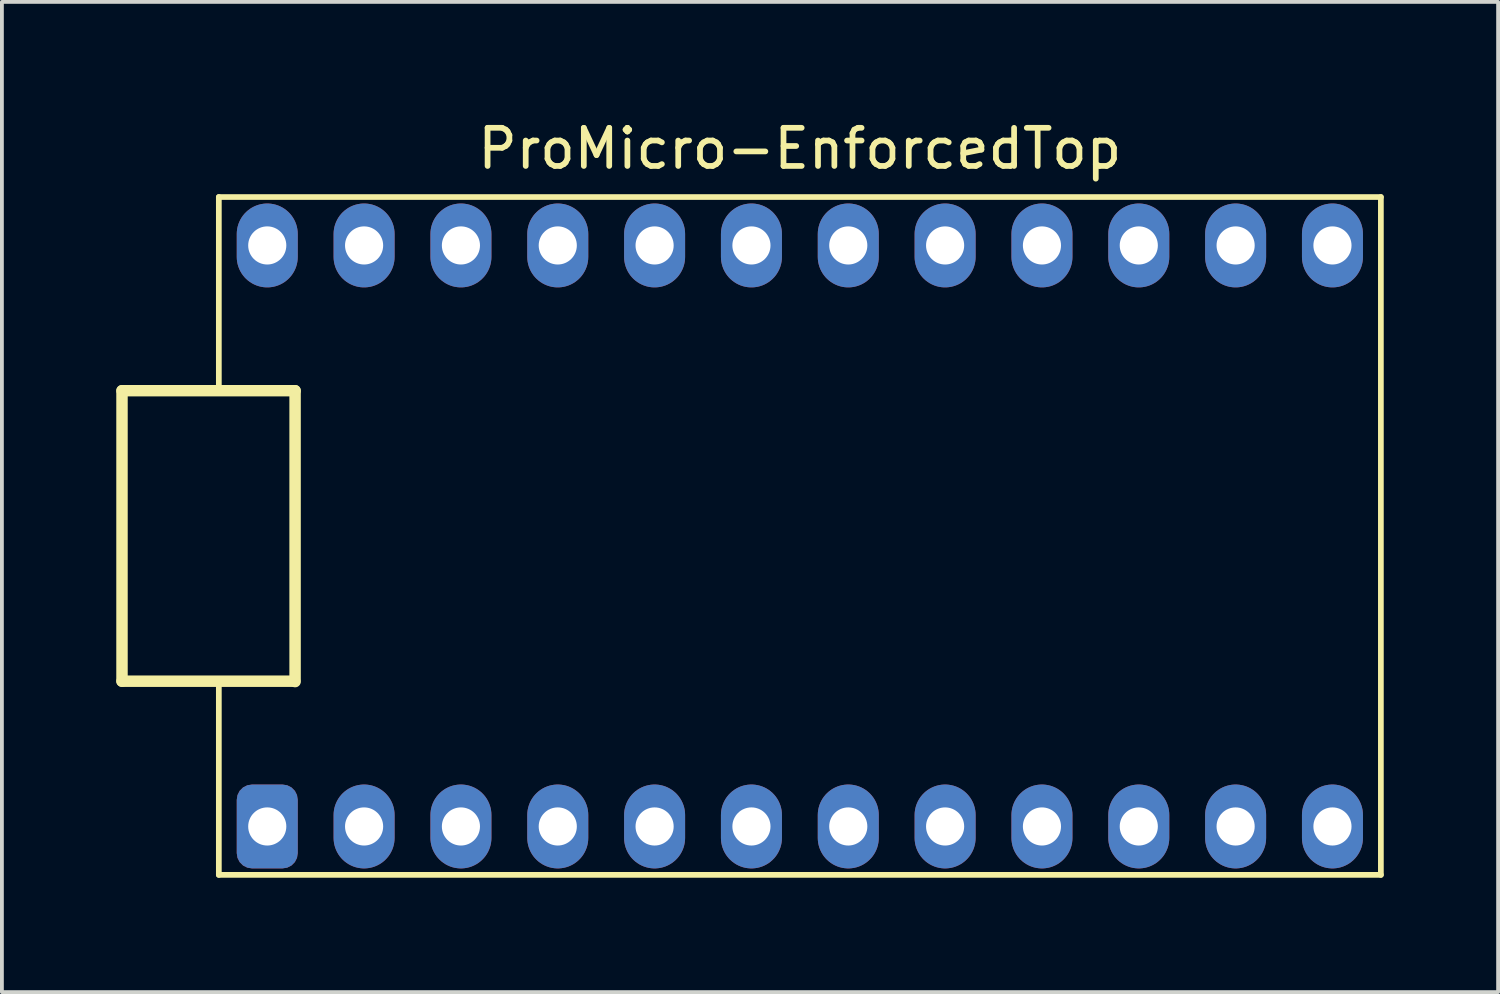
<source format=kicad_pcb>
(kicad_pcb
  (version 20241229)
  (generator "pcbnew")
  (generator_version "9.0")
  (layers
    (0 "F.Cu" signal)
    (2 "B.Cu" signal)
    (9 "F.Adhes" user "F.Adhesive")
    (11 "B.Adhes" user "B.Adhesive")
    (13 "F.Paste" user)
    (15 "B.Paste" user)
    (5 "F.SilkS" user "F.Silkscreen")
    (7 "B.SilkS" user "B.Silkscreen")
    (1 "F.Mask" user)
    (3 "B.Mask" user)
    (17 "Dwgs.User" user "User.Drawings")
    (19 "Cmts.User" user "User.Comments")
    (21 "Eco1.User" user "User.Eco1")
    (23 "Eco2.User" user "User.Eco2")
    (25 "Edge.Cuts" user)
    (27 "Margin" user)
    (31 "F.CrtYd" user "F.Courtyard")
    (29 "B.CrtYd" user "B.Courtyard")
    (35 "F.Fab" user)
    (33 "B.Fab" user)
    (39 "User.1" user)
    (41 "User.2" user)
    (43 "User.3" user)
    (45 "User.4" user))
  (footprint "ProMicro-EnforcedTop"
    (layer "F.Cu")
    (at 17.93 11.008)
    (property "Reference" "ProMicro-EnforcedTop" (at 0 -10.16 0) (layer "F.SilkS") (effects (font (size 1 1) (thickness 0.15))))
    (attr through_hole)
    (fp_line (start -17.78 -3.81) (end -13.24 -3.81) (stroke (width 0.3) (type solid)) (layer "F.SilkS"))
    (fp_line (start -17.78 3.81) (end -17.78 -3.81) (stroke (width 0.3) (type solid)) (layer "F.SilkS"))
    (fp_line (start -15.24 -8.89) (end 15.24 -8.89) (stroke (width 0.15) (type solid)) (layer "F.SilkS"))
    (fp_line (start -15.24 -3.81) (end -15.24 -8.89) (stroke (width 0.15) (type solid)) (layer "F.SilkS"))
    (fp_line (start -15.24 8.89) (end -15.24 3.81) (stroke (width 0.15) (type solid)) (layer "F.SilkS"))
    (fp_line (start -15.24 8.89) (end 15.24 8.89) (stroke (width 0.15) (type solid)) (layer "F.SilkS"))
    (fp_line (start -13.25 3.81) (end -17.78 3.81) (stroke (width 0.3) (type solid)) (layer "F.SilkS"))
    (fp_line (start -13.24 -3.81) (end -13.24 3.82) (stroke (width 0.3) (type solid)) (layer "F.SilkS"))
    (fp_line (start 15.24 -8.89) (end 15.24 8.89) (stroke (width 0.15) (type solid)) (layer "F.SilkS"))
    (pad "1" thru_hole roundrect (at -13.97 7.62) (size 1.6 2.2) (drill 1) (layers "*.Cu" "B.Mask") (roundrect_rratio 0.25))
    (pad "2" thru_hole oval (at -11.43 7.62) (size 1.6 2.2) (drill 1) (layers "*.Cu" "B.Mask"))
    (pad "3" thru_hole oval (at -8.89 7.62) (size 1.6 2.2) (drill 1) (layers "*.Cu" "B.Mask"))
    (pad "4" thru_hole oval (at -6.35 7.62) (size 1.6 2.2) (drill 1) (layers "*.Cu" "B.Mask"))
    (pad "5" thru_hole oval (at -3.81 7.62) (size 1.6 2.2) (drill 1) (layers "*.Cu" "B.Mask"))
    (pad "6" thru_hole oval (at -1.27 7.62) (size 1.6 2.2) (drill 1) (layers "*.Cu" "B.Mask"))
    (pad "7" thru_hole oval (at 1.27 7.62) (size 1.6 2.2) (drill 1) (layers "*.Cu" "B.Mask"))
    (pad "8" thru_hole oval (at 3.81 7.62) (size 1.6 2.2) (drill 1) (layers "*.Cu" "B.Mask"))
    (pad "9" thru_hole oval (at 6.35 7.62) (size 1.6 2.2) (drill 1) (layers "*.Cu" "B.Mask"))
    (pad "10" thru_hole oval (at 8.89 7.62) (size 1.6 2.2) (drill 1) (layers "*.Cu" "B.Mask"))
    (pad "11" thru_hole oval (at 11.43 7.62) (size 1.6 2.2) (drill 1) (layers "*.Cu" "B.Mask"))
    (pad "12" thru_hole oval (at 13.97 7.62) (size 1.6 2.2) (drill 1) (layers "*.Cu" "B.Mask"))
    (pad "13" thru_hole oval (at 13.97 -7.62) (size 1.6 2.2) (drill 1) (layers "*.Cu" "B.Mask"))
    (pad "14" thru_hole oval (at 11.43 -7.62) (size 1.6 2.2) (drill 1) (layers "*.Cu" "B.Mask"))
    (pad "15" thru_hole oval (at 8.89 -7.62) (size 1.6 2.2) (drill 1) (layers "*.Cu" "B.Mask"))
    (pad "16" thru_hole oval (at 6.35 -7.62) (size 1.6 2.2) (drill 1) (layers "*.Cu" "B.Mask"))
    (pad "17" thru_hole oval (at 3.81 -7.62) (size 1.6 2.2) (drill 1) (layers "*.Cu" "B.Mask"))
    (pad "18" thru_hole oval (at 1.27 -7.62) (size 1.6 2.2) (drill 1) (layers "*.Cu" "B.Mask"))
    (pad "19" thru_hole oval (at -1.27 -7.62) (size 1.6 2.2) (drill 1) (layers "*.Cu" "B.Mask"))
    (pad "20" thru_hole oval (at -3.81 -7.62) (size 1.6 2.2) (drill 1) (layers "*.Cu" "B.Mask"))
    (pad "21" thru_hole oval (at -6.35 -7.62) (size 1.6 2.2) (drill 1) (layers "*.Cu" "B.Mask"))
    (pad "22" thru_hole oval (at -8.89 -7.62) (size 1.6 2.2) (drill 1) (layers "*.Cu" "B.Mask"))
    (pad "23" thru_hole oval (at -11.43 -7.62) (size 1.6 2.2) (drill 1) (layers "*.Cu" "B.Mask"))
    (pad "24" thru_hole oval (at -13.97 -7.62) (size 1.6 2.2) (drill 1) (layers "*.Cu" "B.Mask")))
  (gr_rect
    (start -3 -3)
    (end 36.245 22.973)
    (stroke (width 0.1) (type default))
    (fill no)
    (layer "Edge.Cuts")))
</source>
